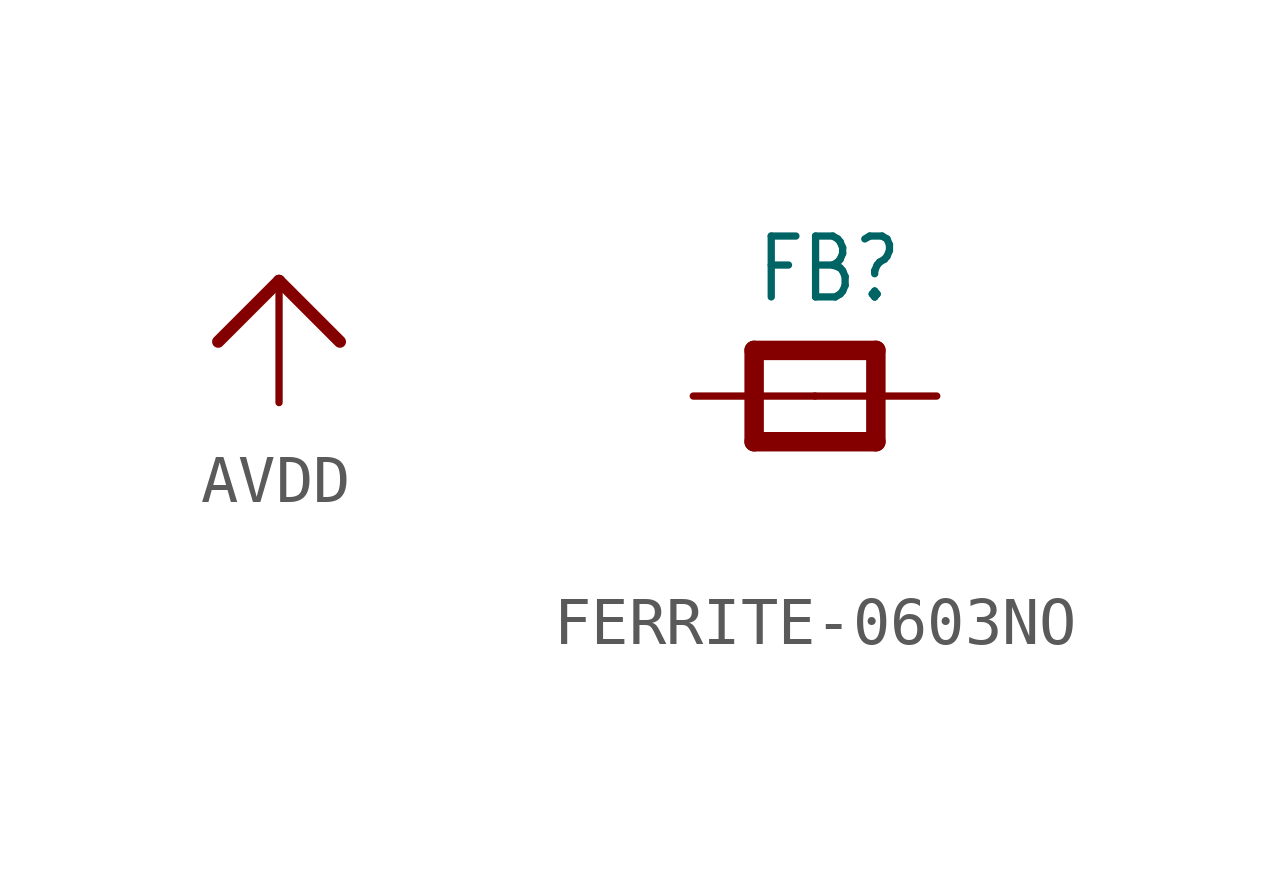
<source format=kicad_sym>
(kicad_symbol_lib
  (version 20231120)
  (generator "kicad_symbol_editor")
  (generator_version "8.0")
  (symbol "AVDD"
    (power)
    (property "Reference" ""
      (at 0 0 0)
      (effects (font (size 1.27 1.27)) (hide yes)))
    (property "Value" ""
      (at -1.524 1.016 0)
      (effects (font (size 1.27 1.079)) (justify left bottom)))
    (property "ki_locked" ""
      (at 0 0 0)
      (effects (font (size 1.27 1.27))))
    (symbol "AVDD_1_0"
      (polyline (pts (xy -1.27 -1.27) (xy 0 0)) (stroke (width 0.254) (type solid)) (fill (type none)))
      (polyline (pts (xy 0 0) (xy 1.27 -1.27)) (stroke (width 0.254) (type solid)) (fill (type none)))
      (pin power_in line (at 0 -2.54 90) (length 2.54) (name "AVDD" (effects (font (size 0 0)))) (number "1" (effects (font (size 0 0)))))))
  (symbol "FERRITE-0603NO"
    (property "Reference" "FB"
      (at -1.27 1.905 0)
      (effects (font (size 1.27 1.079)) (justify left bottom)))
    (property "Value" ""
      (at -1.27 -3.175 0)
      (effects (font (size 1.27 1.079)) (justify left bottom)))
    (property "ki_locked" ""
      (at 0 0 0)
      (effects (font (size 1.27 1.27))))
    (symbol "FERRITE-0603NO_1_0"
      (polyline (pts (xy -1.27 -0.953) (xy -1.27 0.953)) (stroke (width 0.406) (type solid)) (fill (type none)))
      (polyline (pts (xy -1.27 0.953) (xy 1.27 0.953)) (stroke (width 0.406) (type solid)) (fill (type none)))
      (polyline (pts (xy 1.27 -0.953) (xy -1.27 -0.953)) (stroke (width 0.406) (type solid)) (fill (type none)))
      (polyline (pts (xy 1.27 0.953) (xy 1.27 -0.953)) (stroke (width 0.406) (type solid)) (fill (type none)))
      (pin passive line (at -2.54 0 0) (length 2.54) (name "P$1" (effects (font (size 0 0)))) (number "1" (effects (font (size 0 0)))))
      (pin passive line (at 2.54 0 180) (length 2.54) (name "P$2" (effects (font (size 0 0)))) (number "2" (effects (font (size 0 0))))))))
</source>
